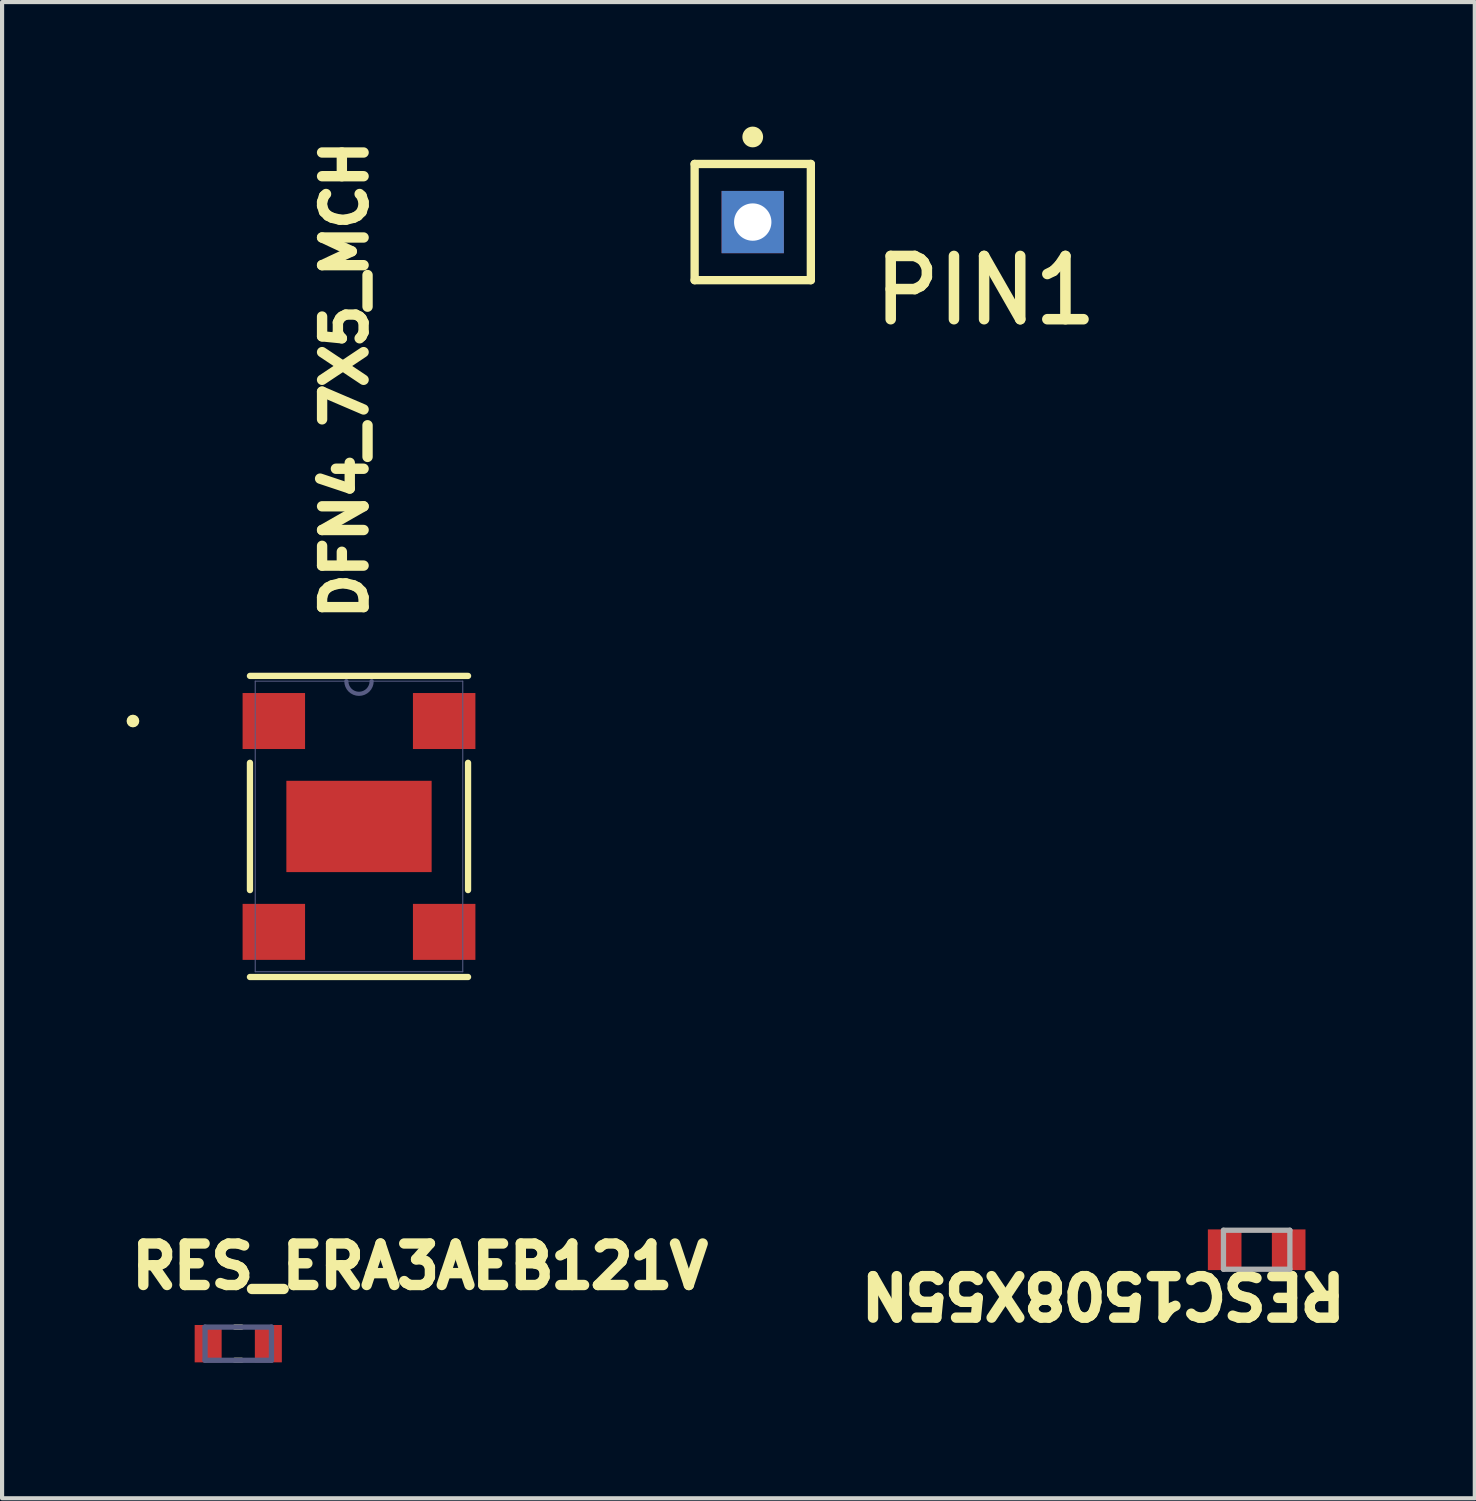
<source format=kicad_pcb>
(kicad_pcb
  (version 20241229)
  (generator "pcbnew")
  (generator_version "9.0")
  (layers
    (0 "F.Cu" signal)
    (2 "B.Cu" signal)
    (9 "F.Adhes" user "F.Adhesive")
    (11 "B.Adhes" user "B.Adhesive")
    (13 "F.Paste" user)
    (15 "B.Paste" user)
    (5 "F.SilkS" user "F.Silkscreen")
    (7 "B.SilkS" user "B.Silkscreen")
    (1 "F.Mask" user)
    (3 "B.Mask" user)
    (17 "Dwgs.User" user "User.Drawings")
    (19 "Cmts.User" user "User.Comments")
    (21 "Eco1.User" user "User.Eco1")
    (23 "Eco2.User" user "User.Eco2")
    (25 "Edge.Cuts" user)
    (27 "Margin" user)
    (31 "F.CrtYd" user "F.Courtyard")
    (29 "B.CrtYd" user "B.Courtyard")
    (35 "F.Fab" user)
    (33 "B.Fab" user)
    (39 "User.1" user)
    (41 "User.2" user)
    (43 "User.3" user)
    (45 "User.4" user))
  (footprint "PIN1"
    (layer "F.Cu")
    (at 15.085 2.3)
    (property "Reference" "PIN1" (at 2.794 2.54 0) (unlocked yes) (layer "F.SilkS") (effects (font (size 1.524 1.524) (thickness 0.254)) (justify left bottom)))
    (fp_line (start -1.4 -1.4) (end 1.4 -1.4) (stroke (width 0.2) (type solid)) (layer "F.SilkS"))
    (fp_line (start -1.4 1.4) (end -1.4 -1.4) (stroke (width 0.2) (type solid)) (layer "F.SilkS"))
    (fp_line (start -1.4 1.4) (end 1.4 1.4) (stroke (width 0.2) (type solid)) (layer "F.SilkS"))
    (fp_line (start 1.4 1.4) (end 1.4 -1.4) (stroke (width 0.2) (type solid)) (layer "F.SilkS"))
    (fp_circle (center 0 -2.05) (end 0 -2.175) (stroke (width 0.25) (type solid)) (fill no) (layer "F.SilkS"))
    (pad "1" thru_hole rect (at 0 0) (size 1.5 1.5) (drill 0.9) (layers "*.Cu" "*.Mask")))
  (footprint "RES_ERA3AEB121V"
    (layer "F.Cu")
    (at 2.69 29.322)
    (property "Reference" "RES_ERA3AEB121V" (at -2.69 -1.278 0) (unlocked yes) (layer "F.SilkS") (effects (font (size 1 1) (thickness 0.254)) (justify left bottom)))
    (fp_line (start -0.08 -0.4) (end 0.08 -0.4) (stroke (width 0.127) (type solid)) (layer "F.SilkS"))
    (fp_line (start -0.08 0.4) (end 0.08 0.4) (stroke (width 0.127) (type solid)) (layer "F.SilkS"))
    (fp_line (start -1.3 -0.7) (end 1.3 -0.7) (stroke (width 0.05) (type solid)) (layer "Eco1.User"))
    (fp_line (start -1.3 0.7) (end -1.3 -0.7) (stroke (width 0.05) (type solid)) (layer "Eco1.User"))
    (fp_line (start -1.3 0.7) (end 1.3 0.7) (stroke (width 0.05) (type solid)) (layer "Eco1.User"))
    (fp_line (start 1.3 0.7) (end 1.3 -0.7) (stroke (width 0.05) (type solid)) (layer "Eco1.User"))
    (fp_line (start -0.8 -0.4) (end 0.8 -0.4) (stroke (width 0.127) (type solid)) (layer "B.Fab"))
    (fp_line (start -0.8 0.4) (end -0.8 -0.4) (stroke (width 0.127) (type solid)) (layer "B.Fab"))
    (fp_line (start -0.8 0.4) (end 0.8 0.4) (stroke (width 0.127) (type solid)) (layer "B.Fab"))
    (fp_line (start 0.8 0.4) (end 0.8 -0.4) (stroke (width 0.127) (type solid)) (layer "B.Fab"))
    (pad "1" smd rect (at -0.725 0) (size 0.65 0.9) (layers "F.Cu" "F.Mask" "F.Paste"))
    (pad "2" smd rect (at 0.725 0) (size 0.65 0.9) (layers "F.Cu" "F.Mask" "F.Paste")))
  (footprint "DFN4_7X5_MCH"
    (layer "F.Cu")
    (at 5.599 16.861)
    (property "Reference" "DFN4_7X5_MCH" (at 0.246 -4.882 90) (unlocked yes) (layer "F.SilkS") (effects (font (size 1 1) (thickness 0.254)) (justify left bottom)))
    (fp_line (start -2.627 1.533) (end -2.627 -1.533) (stroke (width 0.152) (type solid)) (layer "F.SilkS"))
    (fp_line (start 2.627 -3.627) (end -2.627 -3.627) (stroke (width 0.152) (type solid)) (layer "F.SilkS"))
    (fp_line (start 2.627 1.533) (end 2.627 -1.533) (stroke (width 0.152) (type solid)) (layer "F.SilkS"))
    (fp_line (start 2.627 3.627) (end -2.627 3.627) (stroke (width 0.152) (type solid)) (layer "F.SilkS"))
    (fp_circle (center -5.446 -2.54) (end -5.523 -2.54) (stroke (width 0.152) (type solid)) (fill no) (layer "F.SilkS"))
    (fp_line (start -3.059 3.469) (end -3.059 -3.469) (stroke (width 0.152) (type solid)) (layer "Eco1.User"))
    (fp_line (start -2.754 -3.469) (end -3.059 -3.469) (stroke (width 0.152) (type solid)) (layer "Eco1.User"))
    (fp_line (start -2.754 -3.469) (end -2.754 -3.754) (stroke (width 0.152) (type solid)) (layer "Eco1.User"))
    (fp_line (start -2.754 3.469) (end -3.059 3.469) (stroke (width 0.152) (type solid)) (layer "Eco1.User"))
    (fp_line (start -2.754 3.754) (end -2.754 3.469) (stroke (width 0.152) (type solid)) (layer "Eco1.User"))
    (fp_line (start 2.754 -3.754) (end -2.754 -3.754) (stroke (width 0.152) (type solid)) (layer "Eco1.User"))
    (fp_line (start 2.754 -3.469) (end 2.754 -3.754) (stroke (width 0.152) (type solid)) (layer "Eco1.User"))
    (fp_line (start 2.754 3.754) (end -2.754 3.754) (stroke (width 0.152) (type solid)) (layer "Eco1.User"))
    (fp_line (start 2.754 3.754) (end 2.754 3.469) (stroke (width 0.152) (type solid)) (layer "Eco1.User"))
    (fp_line (start 3.059 -3.469) (end 2.754 -3.469) (stroke (width 0.152) (type solid)) (layer "Eco1.User"))
    (fp_line (start 3.059 3.469) (end 2.754 3.469) (stroke (width 0.152) (type solid)) (layer "Eco1.User"))
    (fp_line (start 3.059 3.469) (end 3.059 -3.469) (stroke (width 0.152) (type solid)) (layer "Eco1.User"))
    (fp_line (start -2.5 3.5) (end -2.5 -3.5) (stroke (width 0.025) (type solid)) (layer "B.Fab"))
    (fp_line (start 2.5 -3.5) (end -2.5 -3.5) (stroke (width 0.025) (type solid)) (layer "B.Fab"))
    (fp_line (start 2.5 3.5) (end -2.5 3.5) (stroke (width 0.025) (type solid)) (layer "B.Fab"))
    (fp_line (start 2.5 3.5) (end 2.5 -3.5) (stroke (width 0.025) (type solid)) (layer "B.Fab"))
    (fp_arc (start 0.3048 -3.5) (mid 0 -3.1952) (end -0.3048 -3.5) (stroke (width 0.1) (type solid)) (layer "B.Fab"))
    (fp_line (start -4.719 -2.286) (end -4.592 -2.54) (stroke (width 0.025) (type solid)) (layer "User.7"))
    (fp_line (start -4.592 2.54) (end -4.719 2.286) (stroke (width 0.025) (type solid)) (layer "User.7"))
    (fp_line (start -4.592 2.54) (end -4.592 -2.54) (stroke (width 0.025) (type solid)) (layer "User.7"))
    (fp_line (start -4.592 2.54) (end -4.465 2.286) (stroke (width 0.025) (type solid)) (layer "User.7"))
    (fp_line (start -4.465 -2.286) (end -4.719 -2.286) (stroke (width 0.025) (type solid)) (layer "User.7"))
    (fp_line (start -4.465 -2.286) (end -4.592 -2.54) (stroke (width 0.025) (type solid)) (layer "User.7"))
    (fp_line (start -4.465 2.286) (end -4.719 2.286) (stroke (width 0.025) (type solid)) (layer "User.7"))
    (fp_line (start -2.754 -4.953) (end -2.754 -5.207) (stroke (width 0.025) (type solid)) (layer "User.7"))
    (fp_line (start -2.754 -4.953) (end -2.5 -5.08) (stroke (width 0.025) (type solid)) (layer "User.7"))
    (fp_line (start -2.5 -8.89) (end -2.246 -9.017) (stroke (width 0.025) (type solid)) (layer "User.7"))
    (fp_line (start -2.5 -5.08) (end -3.77 -5.08) (stroke (width 0.025) (type solid)) (layer "User.7"))
    (fp_line (start -2.5 -5.08) (end -2.754 -5.207) (stroke (width 0.025) (type solid)) (layer "User.7"))
    (fp_line (start -2.5 -2.54) (end -2.5 -9.271) (stroke (width 0.025) (type solid)) (layer "User.7"))
    (fp_line (start -2.5 -2.54) (end -2.5 -5.461) (stroke (width 0.025) (type solid)) (layer "User.7"))
    (fp_line (start -2.5 6.04) (end -2.246 5.913) (stroke (width 0.025) (type solid)) (layer "User.7"))
    (fp_line (start -2.5 6.421) (end -2.5 3.5) (stroke (width 0.025) (type solid)) (layer "User.7"))
    (fp_line (start -2.246 -8.763) (end -2.5 -8.89) (stroke (width 0.025) (type solid)) (layer "User.7"))
    (fp_line (start -2.246 -8.763) (end -2.246 -9.017) (stroke (width 0.025) (type solid)) (layer "User.7"))
    (fp_line (start -2.246 6.167) (end -2.5 6.04) (stroke (width 0.025) (type solid)) (layer "User.7"))
    (fp_line (start -2.246 6.167) (end -2.246 5.913) (stroke (width 0.025) (type solid)) (layer "User.7"))
    (fp_line (start -2.052 -2.54) (end -4.973 -2.54) (stroke (width 0.025) (type solid)) (layer "User.7"))
    (fp_line (start -2.052 2.54) (end -4.973 2.54) (stroke (width 0.025) (type solid)) (layer "User.7"))
    (fp_line (start -1.3 -5.08) (end -1.046 -5.207) (stroke (width 0.025) (type solid)) (layer "User.7"))
    (fp_line (start -1.3 -2.54) (end -1.3 -5.461) (stroke (width 0.025) (type solid)) (layer "User.7"))
    (fp_line (start -1.046 -4.953) (end -1.3 -5.08) (stroke (width 0.025) (type solid)) (layer "User.7"))
    (fp_line (start -1.046 -4.953) (end -1.046 -5.207) (stroke (width 0.025) (type solid)) (layer "User.7"))
    (fp_line (start -0.03 -5.08) (end -1.3 -5.08) (stroke (width 0.025) (type solid)) (layer "User.7"))
    (fp_line (start 2.246 -8.763) (end 2.246 -9.017) (stroke (width 0.025) (type solid)) (layer "User.7"))
    (fp_line (start 2.246 -8.763) (end 2.5 -8.89) (stroke (width 0.025) (type solid)) (layer "User.7"))
    (fp_line (start 2.246 6.167) (end 2.246 5.913) (stroke (width 0.025) (type solid)) (layer "User.7"))
    (fp_line (start 2.246 6.167) (end 2.5 6.04) (stroke (width 0.025) (type solid)) (layer "User.7"))
    (fp_line (start 2.5 -8.89) (end -2.5 -8.89) (stroke (width 0.025) (type solid)) (layer "User.7"))
    (fp_line (start 2.5 -8.89) (end 2.246 -9.017) (stroke (width 0.025) (type solid)) (layer "User.7"))
    (fp_line (start 2.5 -2.54) (end 2.5 -9.271) (stroke (width 0.025) (type solid)) (layer "User.7"))
    (fp_line (start 2.5 6.04) (end -2.5 6.04) (stroke (width 0.025) (type solid)) (layer "User.7"))
    (fp_line (start 2.5 6.04) (end 2.246 5.913) (stroke (width 0.025) (type solid)) (layer "User.7"))
    (fp_line (start 2.5 6.421) (end 2.5 3.5) (stroke (width 0.025) (type solid)) (layer "User.7"))
    (fp_line (start 4.465 -3.246) (end 4.592 -3.5) (stroke (width 0.025) (type solid)) (layer "User.7"))
    (fp_line (start 4.592 3.5) (end 4.465 3.246) (stroke (width 0.025) (type solid)) (layer "User.7"))
    (fp_line (start 4.592 3.5) (end 4.592 -3.5) (stroke (width 0.025) (type solid)) (layer "User.7"))
    (fp_line (start 4.592 3.5) (end 4.719 3.246) (stroke (width 0.025) (type solid)) (layer "User.7"))
    (fp_line (start 4.719 -3.246) (end 4.465 -3.246) (stroke (width 0.025) (type solid)) (layer "User.7"))
    (fp_line (start 4.719 -3.246) (end 4.592 -3.5) (stroke (width 0.025) (type solid)) (layer "User.7"))
    (fp_line (start 4.719 3.246) (end 4.465 3.246) (stroke (width 0.025) (type solid)) (layer "User.7"))
    (fp_line (start 4.973 -3.5) (end 2.5 -3.5) (stroke (width 0.025) (type solid)) (layer "User.7"))
    (fp_line (start 4.973 3.5) (end 2.5 3.5) (stroke (width 0.025) (type solid)) (layer "User.7"))
    (pad "1" smd rect (at -2.052 -2.54) (size 1.505 1.349) (layers "F.Cu" "F.Mask" "F.Paste"))
    (pad "2" smd rect (at -2.052 2.54) (size 1.505 1.349) (layers "F.Cu" "F.Mask" "F.Paste"))
    (pad "3" smd rect (at 2.052 2.54) (size 1.505 1.349) (layers "F.Cu" "F.Mask" "F.Paste"))
    (pad "4" smd rect (at 2.052 -2.54) (size 1.505 1.349) (layers "F.Cu" "F.Mask" "F.Paste"))
    (pad "5" smd rect (at 0 0) (size 3.5 2.2) (layers "F.Cu" "F.Mask" "F.Paste")))
  (footprint "RESC1508X55N"
    (layer "F.Cu")
    (at 27.226 27.059)
    (property "Reference" "RESC1508X55N" (at 2.255 0.5 180) (unlocked yes) (layer "F.SilkS") (effects (font (size 1 1) (thickness 0.254)) (justify left bottom)))
    (fp_line (start -1.425 0.74) (end -1.425 -0.74) (stroke (width 0.05) (type solid)) (layer "Eco1.User"))
    (fp_line (start 1.425 -0.74) (end -1.425 -0.74) (stroke (width 0.05) (type solid)) (layer "Eco1.User"))
    (fp_line (start 1.425 0.74) (end -1.425 0.74) (stroke (width 0.05) (type solid)) (layer "Eco1.User"))
    (fp_line (start 1.425 0.74) (end 1.425 -0.74) (stroke (width 0.05) (type solid)) (layer "Eco1.User"))
    (fp_line (start -0.8 0.47) (end -0.8 -0.47) (stroke (width 0.127) (type solid)) (layer "F.Fab"))
    (fp_line (start 0.8 -0.47) (end -0.8 -0.47) (stroke (width 0.127) (type solid)) (layer "F.Fab"))
    (fp_line (start 0.8 0.47) (end -0.8 0.47) (stroke (width 0.127) (type solid)) (layer "F.Fab"))
    (fp_line (start 0.8 0.47) (end 0.8 -0.47) (stroke (width 0.127) (type solid)) (layer "F.Fab"))
    (pad "1" smd rect (at -0.771 0 180) (size 0.81 0.98) (layers "F.Cu" "F.Mask" "F.Paste"))
    (pad "2" smd rect (at 0.771 0 180) (size 0.81 0.98) (layers "F.Cu" "F.Mask" "F.Paste")))
  (gr_rect
    (start -3 -3)
    (end 32.481 33.047)
    (stroke (width 0.1) (type default))
    (fill no)
    (layer "Edge.Cuts")))
</source>
